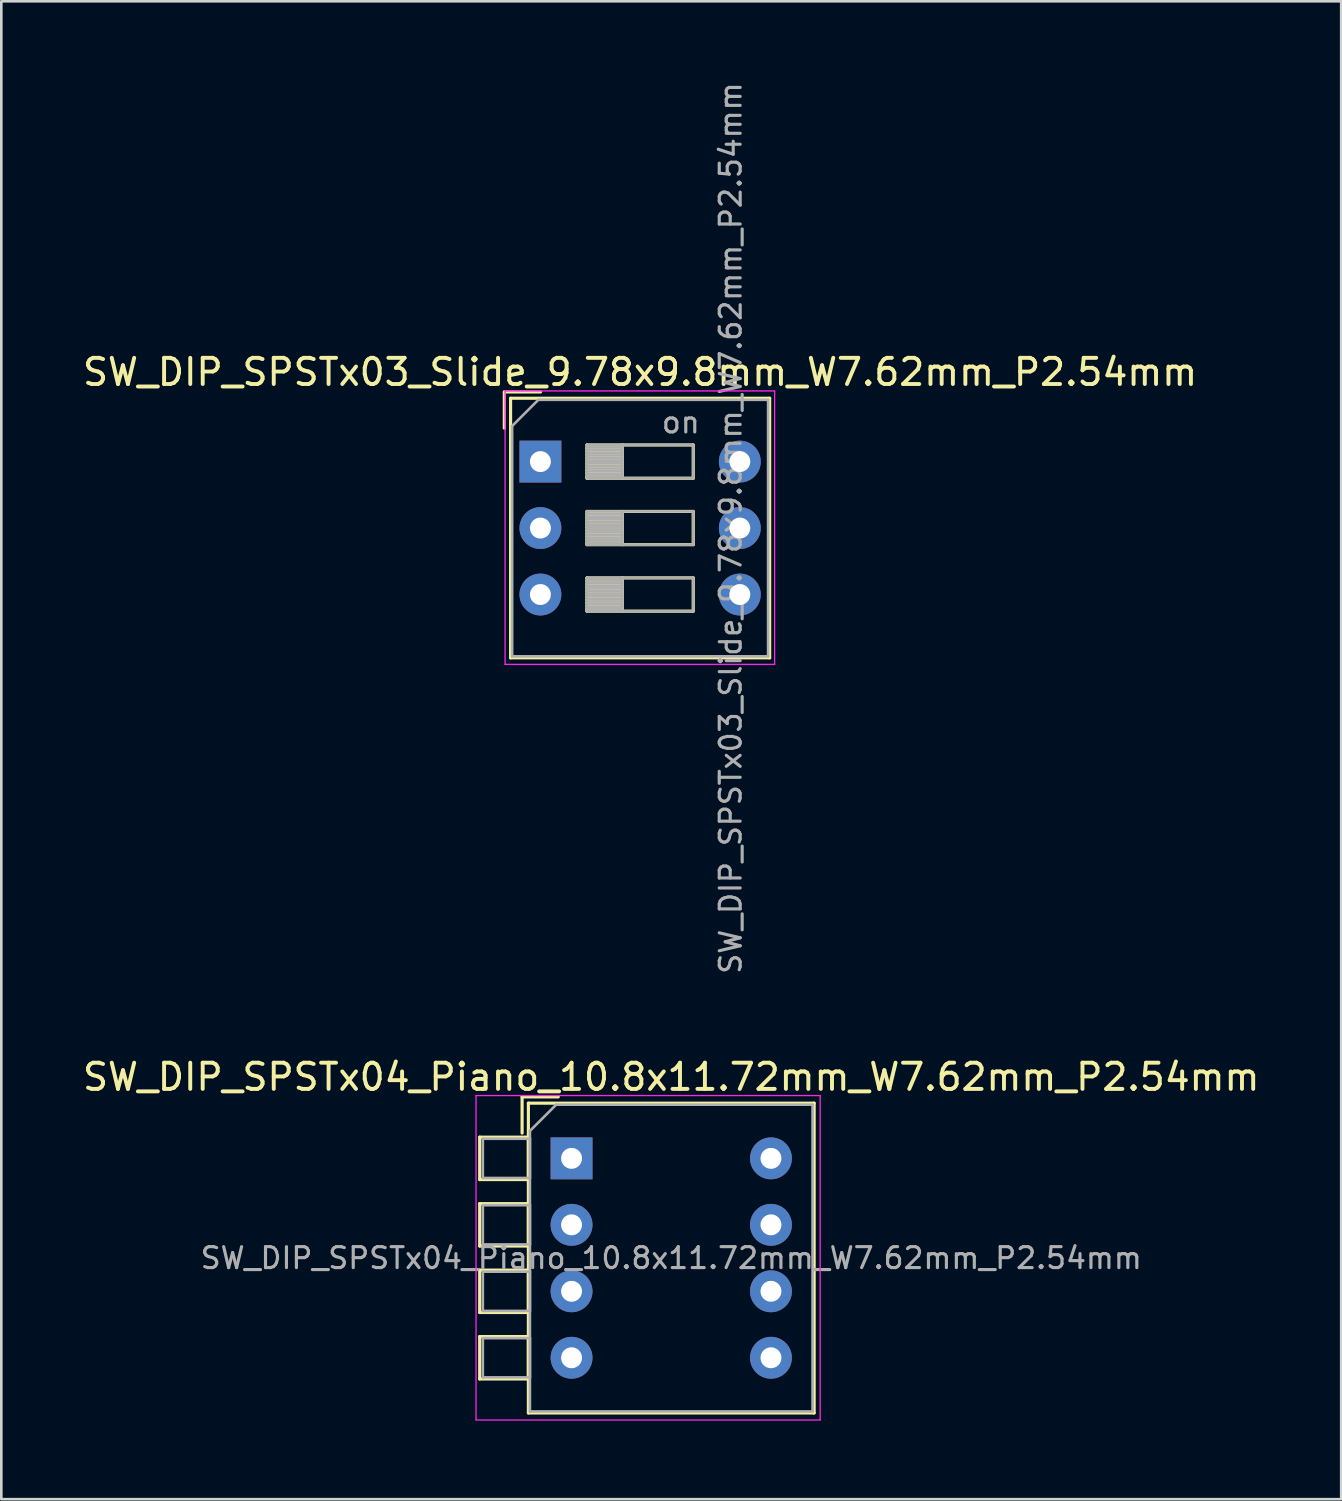
<source format=kicad_pcb>
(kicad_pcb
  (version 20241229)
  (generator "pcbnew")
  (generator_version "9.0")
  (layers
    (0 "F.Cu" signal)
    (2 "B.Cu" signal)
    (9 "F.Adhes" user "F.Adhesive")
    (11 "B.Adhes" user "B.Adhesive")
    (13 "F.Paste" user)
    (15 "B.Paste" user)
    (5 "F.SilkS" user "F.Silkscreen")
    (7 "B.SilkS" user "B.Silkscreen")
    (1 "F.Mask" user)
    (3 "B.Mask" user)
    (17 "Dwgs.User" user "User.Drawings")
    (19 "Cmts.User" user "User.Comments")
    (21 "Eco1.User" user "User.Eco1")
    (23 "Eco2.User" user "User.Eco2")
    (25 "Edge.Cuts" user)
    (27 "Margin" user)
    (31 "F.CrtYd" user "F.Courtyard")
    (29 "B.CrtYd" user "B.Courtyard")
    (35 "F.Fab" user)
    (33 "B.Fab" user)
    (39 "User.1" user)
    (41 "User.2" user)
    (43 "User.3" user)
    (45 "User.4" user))
  (footprint "SW_DIP_SPSTx03_Slide_9.78x9.8mm_W7.62mm_P2.54mm"
    (layer "F.Cu")
    (at 17.601 14.589)
    (property "Reference" "SW_DIP_SPSTx03_Slide_9.78x9.8mm_W7.62mm_P2.54mm" (at 3.81 -3.42 0) (layer "F.SilkS") (effects (font (size 1 1) (thickness 0.15))))
    (attr through_hole)
    (fp_line (start -1.38 -2.66) (end -1.38 -1.277) (stroke (width 0.12) (type solid)) (layer "F.SilkS"))
    (fp_line (start -1.38 -2.66) (end 0.004 -2.66) (stroke (width 0.12) (type solid)) (layer "F.SilkS"))
    (fp_line (start -1.14 -2.42) (end -1.14 7.5) (stroke (width 0.12) (type solid)) (layer "F.SilkS"))
    (fp_line (start -1.14 -2.42) (end 8.76 -2.42) (stroke (width 0.12) (type solid)) (layer "F.SilkS"))
    (fp_line (start -1.14 7.5) (end 8.76 7.5) (stroke (width 0.12) (type solid)) (layer "F.SilkS"))
    (fp_line (start 1.78 -0.635) (end 1.78 0.635) (stroke (width 0.12) (type solid)) (layer "F.SilkS"))
    (fp_line (start 1.78 -0.515) (end 3.133 -0.515) (stroke (width 0.12) (type solid)) (layer "F.SilkS"))
    (fp_line (start 1.78 -0.395) (end 3.133 -0.395) (stroke (width 0.12) (type solid)) (layer "F.SilkS"))
    (fp_line (start 1.78 -0.275) (end 3.133 -0.275) (stroke (width 0.12) (type solid)) (layer "F.SilkS"))
    (fp_line (start 1.78 -0.155) (end 3.133 -0.155) (stroke (width 0.12) (type solid)) (layer "F.SilkS"))
    (fp_line (start 1.78 -0.035) (end 3.133 -0.035) (stroke (width 0.12) (type solid)) (layer "F.SilkS"))
    (fp_line (start 1.78 0.085) (end 3.133 0.085) (stroke (width 0.12) (type solid)) (layer "F.SilkS"))
    (fp_line (start 1.78 0.205) (end 3.133 0.205) (stroke (width 0.12) (type solid)) (layer "F.SilkS"))
    (fp_line (start 1.78 0.325) (end 3.133 0.325) (stroke (width 0.12) (type solid)) (layer "F.SilkS"))
    (fp_line (start 1.78 0.445) (end 3.133 0.445) (stroke (width 0.12) (type solid)) (layer "F.SilkS"))
    (fp_line (start 1.78 0.565) (end 3.133 0.565) (stroke (width 0.12) (type solid)) (layer "F.SilkS"))
    (fp_line (start 1.78 0.635) (end 5.84 0.635) (stroke (width 0.12) (type solid)) (layer "F.SilkS"))
    (fp_line (start 1.78 1.905) (end 1.78 3.175) (stroke (width 0.12) (type solid)) (layer "F.SilkS"))
    (fp_line (start 1.78 2.025) (end 3.133 2.025) (stroke (width 0.12) (type solid)) (layer "F.SilkS"))
    (fp_line (start 1.78 2.145) (end 3.133 2.145) (stroke (width 0.12) (type solid)) (layer "F.SilkS"))
    (fp_line (start 1.78 2.265) (end 3.133 2.265) (stroke (width 0.12) (type solid)) (layer "F.SilkS"))
    (fp_line (start 1.78 2.385) (end 3.133 2.385) (stroke (width 0.12) (type solid)) (layer "F.SilkS"))
    (fp_line (start 1.78 2.505) (end 3.133 2.505) (stroke (width 0.12) (type solid)) (layer "F.SilkS"))
    (fp_line (start 1.78 2.625) (end 3.133 2.625) (stroke (width 0.12) (type solid)) (layer "F.SilkS"))
    (fp_line (start 1.78 2.745) (end 3.133 2.745) (stroke (width 0.12) (type solid)) (layer "F.SilkS"))
    (fp_line (start 1.78 2.865) (end 3.133 2.865) (stroke (width 0.12) (type solid)) (layer "F.SilkS"))
    (fp_line (start 1.78 2.985) (end 3.133 2.985) (stroke (width 0.12) (type solid)) (layer "F.SilkS"))
    (fp_line (start 1.78 3.105) (end 3.133 3.105) (stroke (width 0.12) (type solid)) (layer "F.SilkS"))
    (fp_line (start 1.78 3.175) (end 5.84 3.175) (stroke (width 0.12) (type solid)) (layer "F.SilkS"))
    (fp_line (start 1.78 4.445) (end 1.78 5.715) (stroke (width 0.12) (type solid)) (layer "F.SilkS"))
    (fp_line (start 1.78 4.565) (end 3.133 4.565) (stroke (width 0.12) (type solid)) (layer "F.SilkS"))
    (fp_line (start 1.78 4.685) (end 3.133 4.685) (stroke (width 0.12) (type solid)) (layer "F.SilkS"))
    (fp_line (start 1.78 4.805) (end 3.133 4.805) (stroke (width 0.12) (type solid)) (layer "F.SilkS"))
    (fp_line (start 1.78 4.925) (end 3.133 4.925) (stroke (width 0.12) (type solid)) (layer "F.SilkS"))
    (fp_line (start 1.78 5.045) (end 3.133 5.045) (stroke (width 0.12) (type solid)) (layer "F.SilkS"))
    (fp_line (start 1.78 5.165) (end 3.133 5.165) (stroke (width 0.12) (type solid)) (layer "F.SilkS"))
    (fp_line (start 1.78 5.285) (end 3.133 5.285) (stroke (width 0.12) (type solid)) (layer "F.SilkS"))
    (fp_line (start 1.78 5.405) (end 3.133 5.405) (stroke (width 0.12) (type solid)) (layer "F.SilkS"))
    (fp_line (start 1.78 5.525) (end 3.133 5.525) (stroke (width 0.12) (type solid)) (layer "F.SilkS"))
    (fp_line (start 1.78 5.645) (end 3.133 5.645) (stroke (width 0.12) (type solid)) (layer "F.SilkS"))
    (fp_line (start 1.78 5.715) (end 5.84 5.715) (stroke (width 0.12) (type solid)) (layer "F.SilkS"))
    (fp_line (start 3.133 -0.635) (end 3.133 0.635) (stroke (width 0.12) (type solid)) (layer "F.SilkS"))
    (fp_line (start 3.133 1.905) (end 3.133 3.175) (stroke (width 0.12) (type solid)) (layer "F.SilkS"))
    (fp_line (start 3.133 4.445) (end 3.133 5.715) (stroke (width 0.12) (type solid)) (layer "F.SilkS"))
    (fp_line (start 5.84 -0.635) (end 1.78 -0.635) (stroke (width 0.12) (type solid)) (layer "F.SilkS"))
    (fp_line (start 5.84 0.635) (end 5.84 -0.635) (stroke (width 0.12) (type solid)) (layer "F.SilkS"))
    (fp_line (start 5.84 1.905) (end 1.78 1.905) (stroke (width 0.12) (type solid)) (layer "F.SilkS"))
    (fp_line (start 5.84 3.175) (end 5.84 1.905) (stroke (width 0.12) (type solid)) (layer "F.SilkS"))
    (fp_line (start 5.84 4.445) (end 1.78 4.445) (stroke (width 0.12) (type solid)) (layer "F.SilkS"))
    (fp_line (start 5.84 5.715) (end 5.84 4.445) (stroke (width 0.12) (type solid)) (layer "F.SilkS"))
    (fp_line (start 8.76 -2.42) (end 8.76 7.5) (stroke (width 0.12) (type solid)) (layer "F.SilkS"))
    (fp_line (start -1.35 -2.7) (end -1.35 7.75) (stroke (width 0.05) (type solid)) (layer "F.CrtYd"))
    (fp_line (start -1.35 7.75) (end 8.95 7.75) (stroke (width 0.05) (type solid)) (layer "F.CrtYd"))
    (fp_line (start 8.95 -2.7) (end -1.35 -2.7) (stroke (width 0.05) (type solid)) (layer "F.CrtYd"))
    (fp_line (start 8.95 7.75) (end 8.95 -2.7) (stroke (width 0.05) (type solid)) (layer "F.CrtYd"))
    (fp_line (start -1.08 -1.36) (end -0.08 -2.36) (stroke (width 0.1) (type solid)) (layer "F.Fab"))
    (fp_line (start -1.08 7.44) (end -1.08 -1.36) (stroke (width 0.1) (type solid)) (layer "F.Fab"))
    (fp_line (start -0.08 -2.36) (end 8.7 -2.36) (stroke (width 0.1) (type solid)) (layer "F.Fab"))
    (fp_line (start 1.78 -0.635) (end 1.78 0.635) (stroke (width 0.1) (type solid)) (layer "F.Fab"))
    (fp_line (start 1.78 -0.535) (end 3.133 -0.535) (stroke (width 0.1) (type solid)) (layer "F.Fab"))
    (fp_line (start 1.78 -0.435) (end 3.133 -0.435) (stroke (width 0.1) (type solid)) (layer "F.Fab"))
    (fp_line (start 1.78 -0.335) (end 3.133 -0.335) (stroke (width 0.1) (type solid)) (layer "F.Fab"))
    (fp_line (start 1.78 -0.235) (end 3.133 -0.235) (stroke (width 0.1) (type solid)) (layer "F.Fab"))
    (fp_line (start 1.78 -0.135) (end 3.133 -0.135) (stroke (width 0.1) (type solid)) (layer "F.Fab"))
    (fp_line (start 1.78 -0.035) (end 3.133 -0.035) (stroke (width 0.1) (type solid)) (layer "F.Fab"))
    (fp_line (start 1.78 0.065) (end 3.133 0.065) (stroke (width 0.1) (type solid)) (layer "F.Fab"))
    (fp_line (start 1.78 0.165) (end 3.133 0.165) (stroke (width 0.1) (type solid)) (layer "F.Fab"))
    (fp_line (start 1.78 0.265) (end 3.133 0.265) (stroke (width 0.1) (type solid)) (layer "F.Fab"))
    (fp_line (start 1.78 0.365) (end 3.133 0.365) (stroke (width 0.1) (type solid)) (layer "F.Fab"))
    (fp_line (start 1.78 0.465) (end 3.133 0.465) (stroke (width 0.1) (type solid)) (layer "F.Fab"))
    (fp_line (start 1.78 0.565) (end 3.133 0.565) (stroke (width 0.1) (type solid)) (layer "F.Fab"))
    (fp_line (start 1.78 0.635) (end 5.84 0.635) (stroke (width 0.1) (type solid)) (layer "F.Fab"))
    (fp_line (start 1.78 1.905) (end 1.78 3.175) (stroke (width 0.1) (type solid)) (layer "F.Fab"))
    (fp_line (start 1.78 2.005) (end 3.133 2.005) (stroke (width 0.1) (type solid)) (layer "F.Fab"))
    (fp_line (start 1.78 2.105) (end 3.133 2.105) (stroke (width 0.1) (type solid)) (layer "F.Fab"))
    (fp_line (start 1.78 2.205) (end 3.133 2.205) (stroke (width 0.1) (type solid)) (layer "F.Fab"))
    (fp_line (start 1.78 2.305) (end 3.133 2.305) (stroke (width 0.1) (type solid)) (layer "F.Fab"))
    (fp_line (start 1.78 2.405) (end 3.133 2.405) (stroke (width 0.1) (type solid)) (layer "F.Fab"))
    (fp_line (start 1.78 2.505) (end 3.133 2.505) (stroke (width 0.1) (type solid)) (layer "F.Fab"))
    (fp_line (start 1.78 2.605) (end 3.133 2.605) (stroke (width 0.1) (type solid)) (layer "F.Fab"))
    (fp_line (start 1.78 2.705) (end 3.133 2.705) (stroke (width 0.1) (type solid)) (layer "F.Fab"))
    (fp_line (start 1.78 2.805) (end 3.133 2.805) (stroke (width 0.1) (type solid)) (layer "F.Fab"))
    (fp_line (start 1.78 2.905) (end 3.133 2.905) (stroke (width 0.1) (type solid)) (layer "F.Fab"))
    (fp_line (start 1.78 3.005) (end 3.133 3.005) (stroke (width 0.1) (type solid)) (layer "F.Fab"))
    (fp_line (start 1.78 3.105) (end 3.133 3.105) (stroke (width 0.1) (type solid)) (layer "F.Fab"))
    (fp_line (start 1.78 3.175) (end 5.84 3.175) (stroke (width 0.1) (type solid)) (layer "F.Fab"))
    (fp_line (start 1.78 4.445) (end 1.78 5.715) (stroke (width 0.1) (type solid)) (layer "F.Fab"))
    (fp_line (start 1.78 4.545) (end 3.133 4.545) (stroke (width 0.1) (type solid)) (layer "F.Fab"))
    (fp_line (start 1.78 4.645) (end 3.133 4.645) (stroke (width 0.1) (type solid)) (layer "F.Fab"))
    (fp_line (start 1.78 4.745) (end 3.133 4.745) (stroke (width 0.1) (type solid)) (layer "F.Fab"))
    (fp_line (start 1.78 4.845) (end 3.133 4.845) (stroke (width 0.1) (type solid)) (layer "F.Fab"))
    (fp_line (start 1.78 4.945) (end 3.133 4.945) (stroke (width 0.1) (type solid)) (layer "F.Fab"))
    (fp_line (start 1.78 5.045) (end 3.133 5.045) (stroke (width 0.1) (type solid)) (layer "F.Fab"))
    (fp_line (start 1.78 5.145) (end 3.133 5.145) (stroke (width 0.1) (type solid)) (layer "F.Fab"))
    (fp_line (start 1.78 5.245) (end 3.133 5.245) (stroke (width 0.1) (type solid)) (layer "F.Fab"))
    (fp_line (start 1.78 5.345) (end 3.133 5.345) (stroke (width 0.1) (type solid)) (layer "F.Fab"))
    (fp_line (start 1.78 5.445) (end 3.133 5.445) (stroke (width 0.1) (type solid)) (layer "F.Fab"))
    (fp_line (start 1.78 5.545) (end 3.133 5.545) (stroke (width 0.1) (type solid)) (layer "F.Fab"))
    (fp_line (start 1.78 5.645) (end 3.133 5.645) (stroke (width 0.1) (type solid)) (layer "F.Fab"))
    (fp_line (start 1.78 5.715) (end 5.84 5.715) (stroke (width 0.1) (type solid)) (layer "F.Fab"))
    (fp_line (start 3.133 -0.635) (end 3.133 0.635) (stroke (width 0.1) (type solid)) (layer "F.Fab"))
    (fp_line (start 3.133 1.905) (end 3.133 3.175) (stroke (width 0.1) (type solid)) (layer "F.Fab"))
    (fp_line (start 3.133 4.445) (end 3.133 5.715) (stroke (width 0.1) (type solid)) (layer "F.Fab"))
    (fp_line (start 5.84 -0.635) (end 1.78 -0.635) (stroke (width 0.1) (type solid)) (layer "F.Fab"))
    (fp_line (start 5.84 0.635) (end 5.84 -0.635) (stroke (width 0.1) (type solid)) (layer "F.Fab"))
    (fp_line (start 5.84 1.905) (end 1.78 1.905) (stroke (width 0.1) (type solid)) (layer "F.Fab"))
    (fp_line (start 5.84 3.175) (end 5.84 1.905) (stroke (width 0.1) (type solid)) (layer "F.Fab"))
    (fp_line (start 5.84 4.445) (end 1.78 4.445) (stroke (width 0.1) (type solid)) (layer "F.Fab"))
    (fp_line (start 5.84 5.715) (end 5.84 4.445) (stroke (width 0.1) (type solid)) (layer "F.Fab"))
    (fp_line (start 8.7 -2.36) (end 8.7 7.44) (stroke (width 0.1) (type solid)) (layer "F.Fab"))
    (fp_line (start 8.7 7.44) (end -1.08 7.44) (stroke (width 0.1) (type solid)) (layer "F.Fab"))
    (fp_text user "${REFERENCE}" (at 7.27 2.54 90) (layer "F.Fab") (effects (font (size 0.8 0.8) (thickness 0.12))))
    (fp_text user "on" (at 5.365 -1.498 0) (layer "F.Fab") (effects (font (size 0.8 0.8) (thickness 0.12))))
    (pad "1" thru_hole rect (at 0 0) (size 1.6 1.6) (drill 0.8) (layers "*.Cu" "*.Mask"))
    (pad "2" thru_hole oval (at 0 2.54) (size 1.6 1.6) (drill 0.8) (layers "*.Cu" "*.Mask"))
    (pad "3" thru_hole oval (at 0 5.08) (size 1.6 1.6) (drill 0.8) (layers "*.Cu" "*.Mask"))
    (pad "4" thru_hole oval (at 7.62 5.08) (size 1.6 1.6) (drill 0.8) (layers "*.Cu" "*.Mask"))
    (pad "5" thru_hole oval (at 7.62 2.54) (size 1.6 1.6) (drill 0.8) (layers "*.Cu" "*.Mask"))
    (pad "6" thru_hole oval (at 7.62 0) (size 1.6 1.6) (drill 0.8) (layers "*.Cu" "*.Mask")))
  (footprint "SW_DIP_SPSTx04_Piano_10.8x11.72mm_W7.62mm_P2.54mm"
    (layer "F.Cu")
    (at 18.791 41.215)
    (property "Reference" "SW_DIP_SPSTx04_Piano_10.8x11.72mm_W7.62mm_P2.54mm" (at 3.81 -3.11 0) (layer "F.SilkS") (effects (font (size 1 1) (thickness 0.15))))
    (attr through_hole)
    (fp_line (start -3.51 -0.81) (end -3.51 0.81) (stroke (width 0.12) (type solid)) (layer "F.SilkS"))
    (fp_line (start -3.51 -0.81) (end -1.65 -0.81) (stroke (width 0.12) (type solid)) (layer "F.SilkS"))
    (fp_line (start -3.51 0.81) (end -1.65 0.81) (stroke (width 0.12) (type solid)) (layer "F.SilkS"))
    (fp_line (start -3.51 1.73) (end -3.51 3.35) (stroke (width 0.12) (type solid)) (layer "F.SilkS"))
    (fp_line (start -3.51 1.73) (end -1.65 1.73) (stroke (width 0.12) (type solid)) (layer "F.SilkS"))
    (fp_line (start -3.51 3.35) (end -1.65 3.35) (stroke (width 0.12) (type solid)) (layer "F.SilkS"))
    (fp_line (start -3.51 4.27) (end -3.51 5.89) (stroke (width 0.12) (type solid)) (layer "F.SilkS"))
    (fp_line (start -3.51 4.27) (end -1.65 4.27) (stroke (width 0.12) (type solid)) (layer "F.SilkS"))
    (fp_line (start -3.51 5.89) (end -1.65 5.89) (stroke (width 0.12) (type solid)) (layer "F.SilkS"))
    (fp_line (start -3.51 6.81) (end -3.51 8.43) (stroke (width 0.12) (type solid)) (layer "F.SilkS"))
    (fp_line (start -3.51 6.81) (end -1.65 6.81) (stroke (width 0.12) (type solid)) (layer "F.SilkS"))
    (fp_line (start -3.51 8.43) (end -1.65 8.43) (stroke (width 0.12) (type solid)) (layer "F.SilkS"))
    (fp_line (start -1.89 -2.35) (end -1.89 -0.967) (stroke (width 0.12) (type solid)) (layer "F.SilkS"))
    (fp_line (start -1.89 -2.35) (end -0.507 -2.35) (stroke (width 0.12) (type solid)) (layer "F.SilkS"))
    (fp_line (start -1.65 -2.11) (end -1.65 9.73) (stroke (width 0.12) (type solid)) (layer "F.SilkS"))
    (fp_line (start -1.65 -2.11) (end 9.27 -2.11) (stroke (width 0.12) (type solid)) (layer "F.SilkS"))
    (fp_line (start -1.65 -0.81) (end -1.65 0.81) (stroke (width 0.12) (type solid)) (layer "F.SilkS"))
    (fp_line (start -1.65 1.73) (end -1.65 3.35) (stroke (width 0.12) (type solid)) (layer "F.SilkS"))
    (fp_line (start -1.65 4.27) (end -1.65 5.89) (stroke (width 0.12) (type solid)) (layer "F.SilkS"))
    (fp_line (start -1.65 6.81) (end -1.65 8.43) (stroke (width 0.12) (type solid)) (layer "F.SilkS"))
    (fp_line (start -1.65 9.73) (end 9.27 9.73) (stroke (width 0.12) (type solid)) (layer "F.SilkS"))
    (fp_line (start 9.27 -2.11) (end 9.27 9.73) (stroke (width 0.12) (type solid)) (layer "F.SilkS"))
    (fp_line (start -3.65 -2.4) (end -3.65 10) (stroke (width 0.05) (type solid)) (layer "F.CrtYd"))
    (fp_line (start -3.65 10) (end 9.5 10) (stroke (width 0.05) (type solid)) (layer "F.CrtYd"))
    (fp_line (start 9.5 -2.4) (end -3.65 -2.4) (stroke (width 0.05) (type solid)) (layer "F.CrtYd"))
    (fp_line (start 9.5 10) (end 9.5 -2.4) (stroke (width 0.05) (type solid)) (layer "F.CrtYd"))
    (fp_line (start -3.39 -0.75) (end -1.59 -0.75) (stroke (width 0.1) (type solid)) (layer "F.Fab"))
    (fp_line (start -3.39 0.75) (end -3.39 -0.75) (stroke (width 0.1) (type solid)) (layer "F.Fab"))
    (fp_line (start -3.39 1.79) (end -1.59 1.79) (stroke (width 0.1) (type solid)) (layer "F.Fab"))
    (fp_line (start -3.39 3.29) (end -3.39 1.79) (stroke (width 0.1) (type solid)) (layer "F.Fab"))
    (fp_line (start -3.39 4.33) (end -1.59 4.33) (stroke (width 0.1) (type solid)) (layer "F.Fab"))
    (fp_line (start -3.39 5.83) (end -3.39 4.33) (stroke (width 0.1) (type solid)) (layer "F.Fab"))
    (fp_line (start -3.39 6.87) (end -1.59 6.87) (stroke (width 0.1) (type solid)) (layer "F.Fab"))
    (fp_line (start -3.39 8.37) (end -3.39 6.87) (stroke (width 0.1) (type solid)) (layer "F.Fab"))
    (fp_line (start -1.59 -1.05) (end -0.59 -2.05) (stroke (width 0.1) (type solid)) (layer "F.Fab"))
    (fp_line (start -1.59 -0.75) (end -1.59 0.75) (stroke (width 0.1) (type solid)) (layer "F.Fab"))
    (fp_line (start -1.59 0.75) (end -3.39 0.75) (stroke (width 0.1) (type solid)) (layer "F.Fab"))
    (fp_line (start -1.59 1.79) (end -1.59 3.29) (stroke (width 0.1) (type solid)) (layer "F.Fab"))
    (fp_line (start -1.59 3.29) (end -3.39 3.29) (stroke (width 0.1) (type solid)) (layer "F.Fab"))
    (fp_line (start -1.59 4.33) (end -1.59 5.83) (stroke (width 0.1) (type solid)) (layer "F.Fab"))
    (fp_line (start -1.59 5.83) (end -3.39 5.83) (stroke (width 0.1) (type solid)) (layer "F.Fab"))
    (fp_line (start -1.59 6.87) (end -1.59 8.37) (stroke (width 0.1) (type solid)) (layer "F.Fab"))
    (fp_line (start -1.59 8.37) (end -3.39 8.37) (stroke (width 0.1) (type solid)) (layer "F.Fab"))
    (fp_line (start -1.59 9.67) (end -1.59 -1.05) (stroke (width 0.1) (type solid)) (layer "F.Fab"))
    (fp_line (start -0.59 -2.05) (end 9.21 -2.05) (stroke (width 0.1) (type solid)) (layer "F.Fab"))
    (fp_line (start 9.21 -2.05) (end 9.21 9.67) (stroke (width 0.1) (type solid)) (layer "F.Fab"))
    (fp_line (start 9.21 9.67) (end -1.59 9.67) (stroke (width 0.1) (type solid)) (layer "F.Fab"))
    (fp_text user "${REFERENCE}" (at 3.81 3.81 0) (layer "F.Fab") (effects (font (size 0.8 0.8) (thickness 0.12))))
    (pad "1" thru_hole rect (at 0 0) (size 1.6 1.6) (drill 0.8) (layers "*.Cu" "*.Mask"))
    (pad "2" thru_hole oval (at 0 2.54) (size 1.6 1.6) (drill 0.8) (layers "*.Cu" "*.Mask"))
    (pad "3" thru_hole oval (at 0 5.08) (size 1.6 1.6) (drill 0.8) (layers "*.Cu" "*.Mask"))
    (pad "4" thru_hole oval (at 0 7.62) (size 1.6 1.6) (drill 0.8) (layers "*.Cu" "*.Mask"))
    (pad "5" thru_hole oval (at 7.62 7.62) (size 1.6 1.6) (drill 0.8) (layers "*.Cu" "*.Mask"))
    (pad "6" thru_hole oval (at 7.62 5.08) (size 1.6 1.6) (drill 0.8) (layers "*.Cu" "*.Mask"))
    (pad "7" thru_hole oval (at 7.62 2.54) (size 1.6 1.6) (drill 0.8) (layers "*.Cu" "*.Mask"))
    (pad "8" thru_hole oval (at 7.62 0) (size 1.6 1.6) (drill 0.8) (layers "*.Cu" "*.Mask")))
  (gr_rect
    (start -3 -3)
    (end 48.202 54.24)
    (stroke (width 0.1) (type default))
    (fill no)
    (layer "Edge.Cuts")))
</source>
